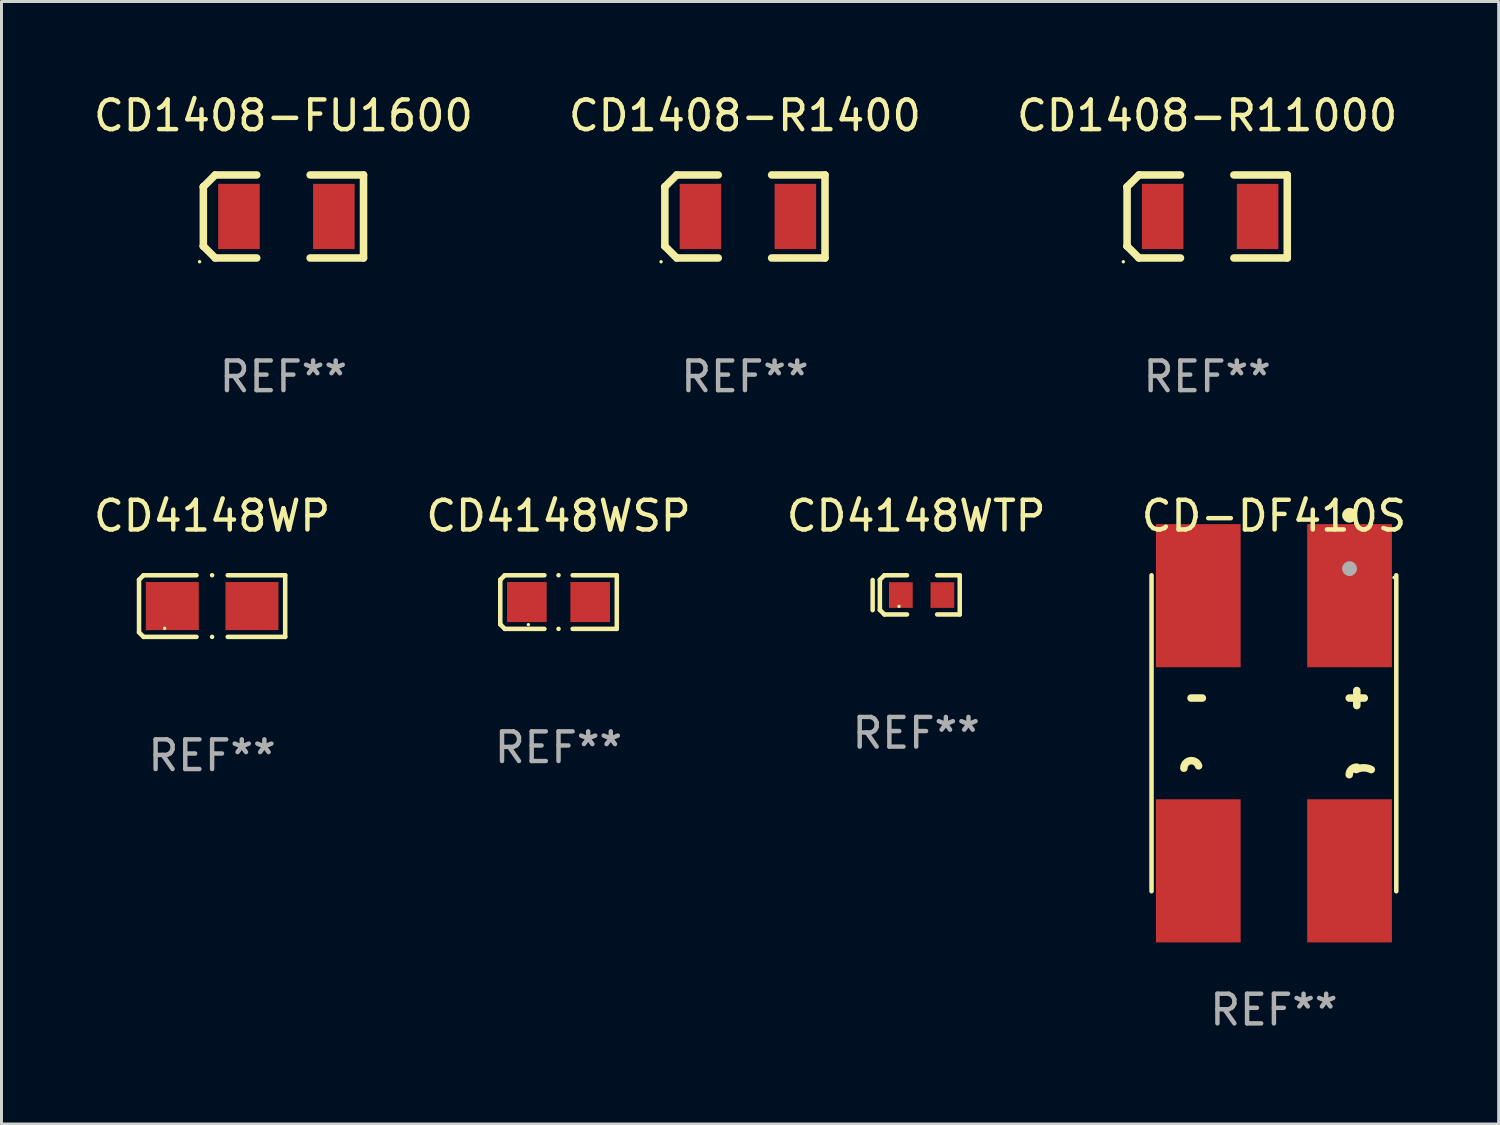
<source format=kicad_pcb>
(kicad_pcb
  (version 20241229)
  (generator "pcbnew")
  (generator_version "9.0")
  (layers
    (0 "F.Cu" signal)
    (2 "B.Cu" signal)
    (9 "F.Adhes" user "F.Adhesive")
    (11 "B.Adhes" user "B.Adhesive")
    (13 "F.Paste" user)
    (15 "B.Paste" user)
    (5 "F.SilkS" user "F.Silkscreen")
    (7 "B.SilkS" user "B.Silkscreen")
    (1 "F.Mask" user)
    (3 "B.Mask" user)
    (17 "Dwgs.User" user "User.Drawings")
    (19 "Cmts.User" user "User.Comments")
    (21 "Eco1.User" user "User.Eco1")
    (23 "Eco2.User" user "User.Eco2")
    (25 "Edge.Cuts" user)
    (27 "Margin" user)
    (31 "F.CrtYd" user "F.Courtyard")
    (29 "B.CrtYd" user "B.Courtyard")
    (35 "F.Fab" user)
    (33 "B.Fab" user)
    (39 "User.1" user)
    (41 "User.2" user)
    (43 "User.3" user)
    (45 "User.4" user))
  (footprint "CD4148WTP"
    (layer "F.Cu")
    (at 27.839 17.005)
    (property "Reference" "CD4148WTP" (at 0 -2.661 0) (layer "F.SilkS") (effects (font (size 1 1) (thickness 0.15))))
    (attr through_hole)
    (fp_line (start -1.468 -0.501) (end -1.468 0.515) (stroke (width 0.152) (type solid)) (layer "F.SilkS"))
    (fp_line (start -1.225 -0.508) (end -1.072 -0.661) (stroke (width 0.152) (type solid)) (layer "F.SilkS"))
    (fp_line (start -1.225 0.508) (end -1.225 -0.508) (stroke (width 0.152) (type solid)) (layer "F.SilkS"))
    (fp_line (start -1.072 -0.661) (end -0.31 -0.661) (stroke (width 0.152) (type solid)) (layer "F.SilkS"))
    (fp_line (start -1.072 0.661) (end -1.225 0.508) (stroke (width 0.152) (type solid)) (layer "F.SilkS"))
    (fp_line (start -1.072 0.661) (end -0.31 0.661) (stroke (width 0.152) (type solid)) (layer "F.SilkS"))
    (fp_line (start 1.468 -0.661) (end 0.706 -0.661) (stroke (width 0.152) (type solid)) (layer "F.SilkS"))
    (fp_line (start 1.468 -0.661) (end 1.468 0.661) (stroke (width 0.152) (type solid)) (layer "F.SilkS"))
    (fp_line (start 1.468 0.661) (end 0.706 0.661) (stroke (width 0.152) (type solid)) (layer "F.SilkS"))
    (fp_circle (center -0.579 0.388) (end -0.549 0.388) (stroke (width 0.06) (type solid)) (fill no) (layer "F.SilkS"))
    (fp_text user "REF**" (at 0 4.661 0) (layer "F.Fab") (effects (font (size 1 1) (thickness 0.15))))
    (pad "1" smd rect (at -0.517 0.007) (size 0.8 0.864) (layers "F.Cu" "F.Mask" "F.Paste"))
    (pad "2" smd rect (at 0.883 0.007) (size 0.8 0.864) (layers "F.Cu" "F.Mask" "F.Paste")))
  (footprint "CD4148WP"
    (layer "F.Cu")
    (at 4.101 17.383)
    (property "Reference" "CD4148WP" (at 0 -3.039 0) (layer "F.SilkS") (effects (font (size 1 1) (thickness 0.15))))
    (attr through_hole)
    (fp_line (start -2.464 -0.886) (end -2.311 -1.039) (stroke (width 0.152) (type solid)) (layer "F.SilkS"))
    (fp_line (start -2.464 0.886) (end -2.464 -0.886) (stroke (width 0.152) (type solid)) (layer "F.SilkS"))
    (fp_line (start -2.311 -1.039) (end -0.526 -1.039) (stroke (width 0.152) (type solid)) (layer "F.SilkS"))
    (fp_line (start -2.311 1.039) (end -2.464 0.886) (stroke (width 0.152) (type solid)) (layer "F.SilkS"))
    (fp_line (start -0.526 1.039) (end -2.311 1.039) (stroke (width 0.152) (type solid)) (layer "F.SilkS"))
    (fp_line (start 0.526 1.039) (end 2.464 1.039) (stroke (width 0.152) (type solid)) (layer "F.SilkS"))
    (fp_line (start 2.464 -1.039) (end 0.526 -1.039) (stroke (width 0.152) (type solid)) (layer "F.SilkS"))
    (fp_line (start 2.464 1.039) (end 2.464 -1.039) (stroke (width 0.152) (type solid)) (layer "F.SilkS"))
    (fp_circle (center -1.6 0.75) (end -1.57 0.75) (stroke (width 0.06) (type solid)) (fill no) (layer "F.SilkS"))
    (fp_circle (center -0.000038 -1.039) (end 0.038 -1.039) (stroke (width 0.076) (type solid)) (fill no) (layer "F.SilkS"))
    (fp_circle (center -0.000038 1.039) (end 0.038 1.039) (stroke (width 0.076) (type solid)) (fill no) (layer "F.SilkS"))
    (fp_text user "REF**" (at 0 5.039 0) (layer "F.Fab") (effects (font (size 1 1) (thickness 0.15))))
    (pad "1" smd rect (at -1.342 0.000013) (size 1.785 1.62) (layers "F.Cu" "F.Mask" "F.Paste"))
    (pad "2" smd rect (at 1.343 0.000013) (size 1.785 1.62) (layers "F.Cu" "F.Mask" "F.Paste")))
  (footprint "CD1408-FU1600"
    (layer "F.Cu")
    (at 6.506 4.248)
    (property "Reference" "CD1408-FU1600" (at 0 -3.4 0) (layer "F.SilkS") (effects (font (size 1 1) (thickness 0.15))))
    (attr through_hole)
    (fp_line (start -2.7 -1) (end -2.7 -1) (stroke (width 0.254) (type solid)) (layer "F.SilkS"))
    (fp_line (start -2.7 -1) (end -2.7 1) (stroke (width 0.254) (type solid)) (layer "F.SilkS"))
    (fp_line (start -2.7 -1) (end -2.3 -1.4) (stroke (width 0.254) (type solid)) (layer "F.SilkS"))
    (fp_line (start -2.7 1) (end -2.7 1) (stroke (width 0.254) (type solid)) (layer "F.SilkS"))
    (fp_line (start -2.7 1) (end -2.3 1.4) (stroke (width 0.254) (type solid)) (layer "F.SilkS"))
    (fp_line (start -0.9 -1.4) (end -2.3 -1.4) (stroke (width 0.254) (type solid)) (layer "F.SilkS"))
    (fp_line (start -0.9 1.4) (end -2.3 1.4) (stroke (width 0.254) (type solid)) (layer "F.SilkS"))
    (fp_line (start 0.9 -1.4) (end 2.7 -1.4) (stroke (width 0.254) (type solid)) (layer "F.SilkS"))
    (fp_line (start 0.9 1.4) (end 2.7 1.4) (stroke (width 0.254) (type solid)) (layer "F.SilkS"))
    (fp_line (start 2.7 -1.4) (end 2.7 1.4) (stroke (width 0.254) (type solid)) (layer "F.SilkS"))
    (fp_circle (center -2.827 1.527) (end -2.797 1.527) (stroke (width 0.06) (type solid)) (fill no) (layer "F.SilkS"))
    (fp_text user "REF**" (at 0 5.4 0) (layer "F.Fab") (effects (font (size 1 1) (thickness 0.15))))
    (pad "1" smd rect (at -1.5 0 90) (size 2.2 1.4) (layers "F.Cu" "F.Mask" "F.Paste"))
    (pad "2" smd rect (at 1.7 0 90) (size 2.2 1.4) (layers "F.Cu" "F.Mask" "F.Paste")))
  (footprint "CD1408-R1400"
    (layer "F.Cu")
    (at 22.065 4.248)
    (property "Reference" "CD1408-R1400" (at 0 -3.4 0) (layer "F.SilkS") (effects (font (size 1 1) (thickness 0.15))))
    (attr through_hole)
    (fp_line (start -2.7 -1) (end -2.7 -1) (stroke (width 0.254) (type solid)) (layer "F.SilkS"))
    (fp_line (start -2.7 -1) (end -2.7 1) (stroke (width 0.254) (type solid)) (layer "F.SilkS"))
    (fp_line (start -2.7 -1) (end -2.3 -1.4) (stroke (width 0.254) (type solid)) (layer "F.SilkS"))
    (fp_line (start -2.7 1) (end -2.7 1) (stroke (width 0.254) (type solid)) (layer "F.SilkS"))
    (fp_line (start -2.7 1) (end -2.3 1.4) (stroke (width 0.254) (type solid)) (layer "F.SilkS"))
    (fp_line (start -0.9 -1.4) (end -2.3 -1.4) (stroke (width 0.254) (type solid)) (layer "F.SilkS"))
    (fp_line (start -0.9 1.4) (end -2.3 1.4) (stroke (width 0.254) (type solid)) (layer "F.SilkS"))
    (fp_line (start 0.9 -1.4) (end 2.7 -1.4) (stroke (width 0.254) (type solid)) (layer "F.SilkS"))
    (fp_line (start 0.9 1.4) (end 2.7 1.4) (stroke (width 0.254) (type solid)) (layer "F.SilkS"))
    (fp_line (start 2.7 -1.4) (end 2.7 1.4) (stroke (width 0.254) (type solid)) (layer "F.SilkS"))
    (fp_circle (center -2.827 1.527) (end -2.797 1.527) (stroke (width 0.06) (type solid)) (fill no) (layer "F.SilkS"))
    (fp_text user "REF**" (at 0 5.4 0) (layer "F.Fab") (effects (font (size 1 1) (thickness 0.15))))
    (pad "1" smd rect (at -1.5 0 90) (size 2.2 1.4) (layers "F.Cu" "F.Mask" "F.Paste"))
    (pad "2" smd rect (at 1.7 0 90) (size 2.2 1.4) (layers "F.Cu" "F.Mask" "F.Paste")))
  (footprint "CD1408-R11000"
    (layer "F.Cu")
    (at 37.649 4.248)
    (property "Reference" "CD1408-R11000" (at 0 -3.4 0) (layer "F.SilkS") (effects (font (size 1 1) (thickness 0.15))))
    (attr through_hole)
    (fp_line (start -2.7 -1) (end -2.7 -1) (stroke (width 0.254) (type solid)) (layer "F.SilkS"))
    (fp_line (start -2.7 -1) (end -2.7 1) (stroke (width 0.254) (type solid)) (layer "F.SilkS"))
    (fp_line (start -2.7 -1) (end -2.3 -1.4) (stroke (width 0.254) (type solid)) (layer "F.SilkS"))
    (fp_line (start -2.7 1) (end -2.7 1) (stroke (width 0.254) (type solid)) (layer "F.SilkS"))
    (fp_line (start -2.7 1) (end -2.3 1.4) (stroke (width 0.254) (type solid)) (layer "F.SilkS"))
    (fp_line (start -0.9 -1.4) (end -2.3 -1.4) (stroke (width 0.254) (type solid)) (layer "F.SilkS"))
    (fp_line (start -0.9 1.4) (end -2.3 1.4) (stroke (width 0.254) (type solid)) (layer "F.SilkS"))
    (fp_line (start 0.9 -1.4) (end 2.7 -1.4) (stroke (width 0.254) (type solid)) (layer "F.SilkS"))
    (fp_line (start 0.9 1.4) (end 2.7 1.4) (stroke (width 0.254) (type solid)) (layer "F.SilkS"))
    (fp_line (start 2.7 -1.4) (end 2.7 1.4) (stroke (width 0.254) (type solid)) (layer "F.SilkS"))
    (fp_circle (center -2.827 1.527) (end -2.797 1.527) (stroke (width 0.06) (type solid)) (fill no) (layer "F.SilkS"))
    (fp_text user "REF**" (at 0 5.4 0) (layer "F.Fab") (effects (font (size 1 1) (thickness 0.15))))
    (pad "1" smd rect (at -1.5 0 90) (size 2.2 1.4) (layers "F.Cu" "F.Mask" "F.Paste"))
    (pad "2" smd rect (at 1.7 0 90) (size 2.2 1.4) (layers "F.Cu" "F.Mask" "F.Paste")))
  (footprint "CD-DF410S"
    (layer "F.Cu")
    (at 39.899 21.671)
    (property "Reference" "CD-DF410S" (at 0 -7.326 0) (layer "F.SilkS") (effects (font (size 1 1) (thickness 0.15))))
    (attr through_hole)
    (fp_line (start -4.126 -5.326) (end -4.126 5.326) (stroke (width 0.152) (type solid)) (layer "F.SilkS"))
    (fp_line (start -2.794 -1.187) (end -2.413 -1.187) (stroke (width 0.254) (type solid)) (layer "F.SilkS"))
    (fp_line (start 2.54 -1.187) (end 3.048 -1.187) (stroke (width 0.254) (type solid)) (layer "F.SilkS"))
    (fp_line (start 2.794 -1.441) (end 2.794 -0.933) (stroke (width 0.254) (type solid)) (layer "F.SilkS"))
    (fp_line (start 4.126 -5.326) (end 4.126 5.326) (stroke (width 0.152) (type solid)) (layer "F.SilkS"))
    (fp_arc (start -3.035383 1.177927) (mid -2.821339 0.92709) (end -2.539954 1.099009) (stroke (width 0.254001) (type solid)) (layer "F.SilkS"))
    (fp_arc (start 2.540005 1.397003) (mid 2.6144 1.217397) (end 2.794006 1.143002) (stroke (width 0.254001) (type solid)) (layer "F.SilkS"))
    (fp_arc (start 2.774041 1.223012) (mid 3.028353 1.164877) (end 3.282017 1.22578) (stroke (width 0.254001) (type solid)) (layer "F.SilkS"))
    (fp_circle (center 2.55 -7.35) (end 2.675 -7.35) (stroke (width 0.25) (type solid)) (fill no) (layer "F.SilkS"))
    (fp_circle (center 4.05 -5.25) (end 4.08 -5.25) (stroke (width 0.06) (type solid)) (fill no) (layer "F.SilkS"))
    (fp_circle (center 2.55 -5.55) (end 2.675 -5.55) (stroke (width 0.25) (type solid)) (fill no) (layer "F.Fab"))
    (fp_text user "REF**" (at 0 9.326 0) (layer "F.Fab") (effects (font (size 1 1) (thickness 0.15))))
    (pad "1" smd rect (at -2.55 4.638 180) (size 2.856 4.825) (layers "F.Cu" "F.Mask" "F.Paste"))
    (pad "2" smd rect (at 2.55 4.638 180) (size 2.856 4.825) (layers "F.Cu" "F.Mask" "F.Paste"))
    (pad "3" smd rect (at 2.55 -4.638 180) (size 2.856 4.825) (layers "F.Cu" "F.Mask" "F.Paste"))
    (pad "4" smd rect (at -2.55 -4.638 180) (size 2.856 4.825) (layers "F.Cu" "F.Mask" "F.Paste")))
  (footprint "CD4148WSP"
    (layer "F.Cu")
    (at 15.78 17.248)
    (property "Reference" "CD4148WSP" (at 0 -2.904 0) (layer "F.SilkS") (effects (font (size 1 1) (thickness 0.15))))
    (attr through_hole)
    (fp_line (start -1.964 -0.751) (end -1.811 -0.904) (stroke (width 0.152) (type solid)) (layer "F.SilkS"))
    (fp_line (start -1.964 0.751) (end -1.964 -0.751) (stroke (width 0.152) (type solid)) (layer "F.SilkS"))
    (fp_line (start -1.811 -0.904) (end -0.476 -0.904) (stroke (width 0.152) (type solid)) (layer "F.SilkS"))
    (fp_line (start -1.811 0.904) (end -1.964 0.751) (stroke (width 0.152) (type solid)) (layer "F.SilkS"))
    (fp_line (start -0.476 0.904) (end -1.811 0.904) (stroke (width 0.152) (type solid)) (layer "F.SilkS"))
    (fp_line (start 0.476 0.904) (end 1.964 0.904) (stroke (width 0.152) (type solid)) (layer "F.SilkS"))
    (fp_line (start 1.964 -0.904) (end 0.476 -0.904) (stroke (width 0.152) (type solid)) (layer "F.SilkS"))
    (fp_line (start 1.964 0.904) (end 1.964 -0.904) (stroke (width 0.152) (type solid)) (layer "F.SilkS"))
    (fp_circle (center -1.016 0.762) (end -0.986 0.762) (stroke (width 0.06) (type solid)) (fill no) (layer "F.SilkS"))
    (fp_circle (center -0.000076 -0.904) (end 0.038 -0.904) (stroke (width 0.076) (type solid)) (fill no) (layer "F.SilkS"))
    (fp_circle (center -0.000076 0.904) (end 0.038 0.904) (stroke (width 0.076) (type solid)) (fill no) (layer "F.SilkS"))
    (fp_text user "REF**" (at 0 4.904 0) (layer "F.Fab") (effects (font (size 1 1) (thickness 0.15))))
    (pad "1" smd rect (at -1.067 0.000076 180) (size 1.335 1.35) (layers "F.Cu" "F.Mask" "F.Paste"))
    (pad "2" smd rect (at 1.067 0.000076 180) (size 1.335 1.35) (layers "F.Cu" "F.Mask" "F.Paste")))
  (gr_rect
    (start -3 -3)
    (end 47.476 34.845)
    (stroke (width 0.1) (type default))
    (fill no)
    (layer "Edge.Cuts")))
</source>
